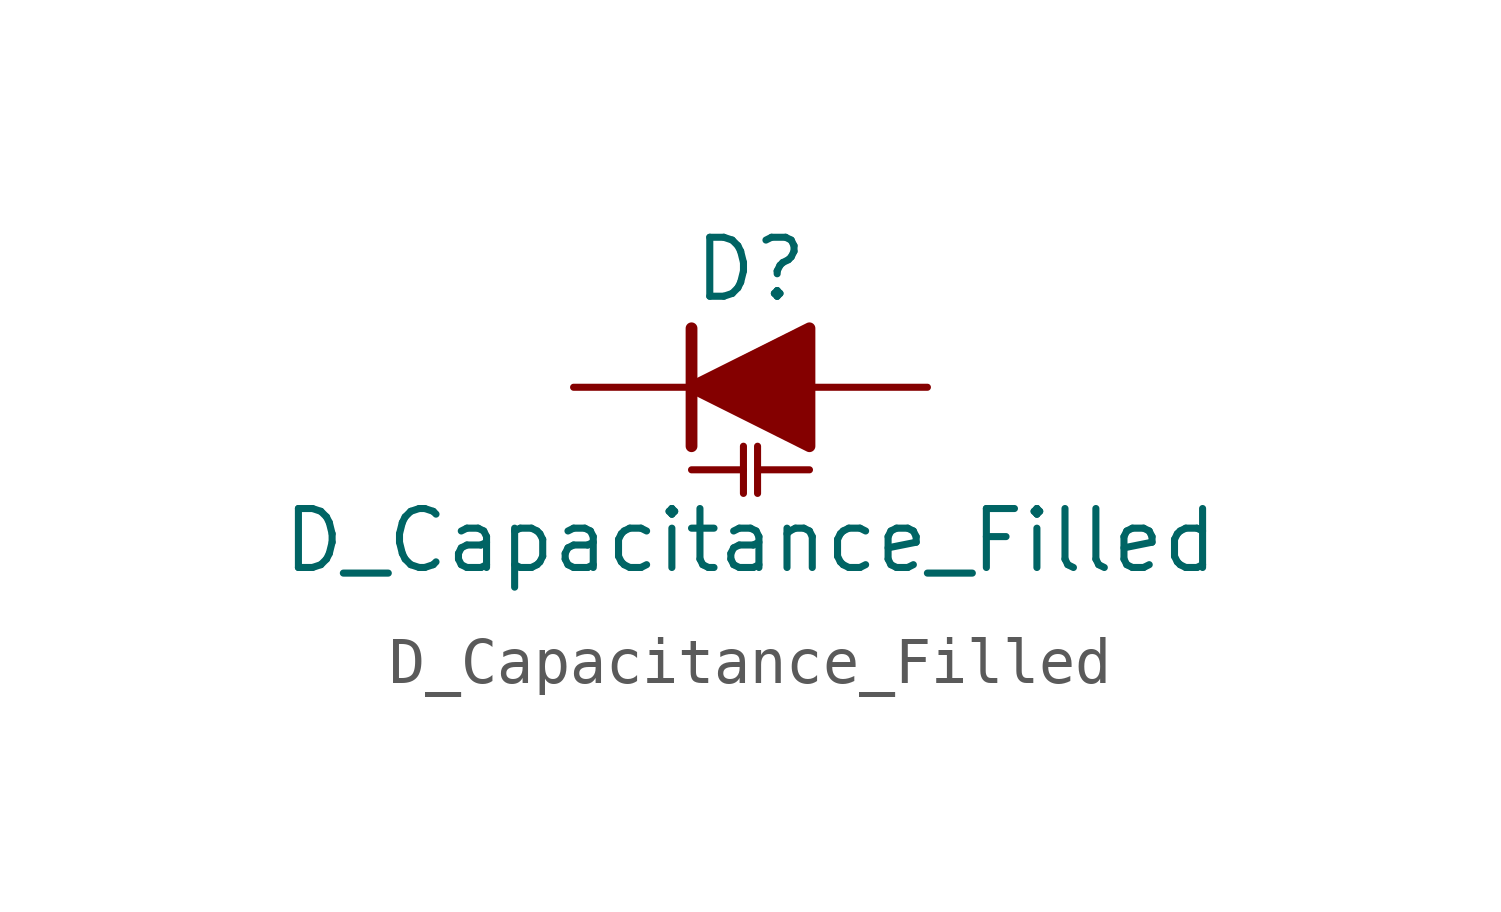
<source format=kicad_sym>
(kicad_symbol_lib
  (version 20241209)
  (generator "kicad_symbol_editor")
  (generator_version "9.0")
  (symbol "D_Capacitance_Filled"
    (pin_numbers
      (hide yes))
    (pin_names
      (offset 1.016)
      (hide yes))
    (property "Reference" "D"
      (at 0 2.54 0)
      (effects (font (size 1.27 1.27))))
    (property "Value" "D_Capacitance_Filled"
      (at 0 -3.302 0)
      (effects (font (size 1.27 1.27))))
    (symbol "D_Capacitance_Filled_0_1"
      (polyline (pts (xy -1.27 1.27) (xy -1.27 -1.27)) (stroke (width 0.254) (type solid)) (fill (type none)))
      (polyline (pts (xy -1.27 0) (xy 1.27 0)) (stroke (width 0) (type solid)) (fill (type none)))
      (polyline (pts (xy -1.27 -1.778) (xy -0.152 -1.778)) (stroke (width 0) (type solid)) (fill (type none)))
      (polyline (pts (xy -0.152 -1.27) (xy -0.152 -2.286)) (stroke (width 0) (type solid)) (fill (type none)))
      (polyline (pts (xy 0.152 -1.27) (xy 0.152 -2.286)) (stroke (width 0) (type solid)) (fill (type none)))
      (polyline (pts (xy 0.152 -1.778) (xy 1.27 -1.778)) (stroke (width 0) (type solid)) (fill (type none)))
      (polyline (pts (xy 1.27 1.27) (xy 1.27 -1.27) (xy -1.27 0) (xy 1.27 1.27)) (stroke (width 0.254) (type solid)) (fill (type outline))))
    (symbol "D_Capacitance_Filled_1_1"
      (pin passive line (at -3.81 0 0) (length 2.54) (name "K" (effects (font (size 1.27 1.27)))) (number "1" (effects (font (size 1.27 1.27)))))
      (pin passive line (at 3.81 0 180) (length 2.54) (name "A" (effects (font (size 1.27 1.27)))) (number "2" (effects (font (size 1.27 1.27))))))))
</source>
